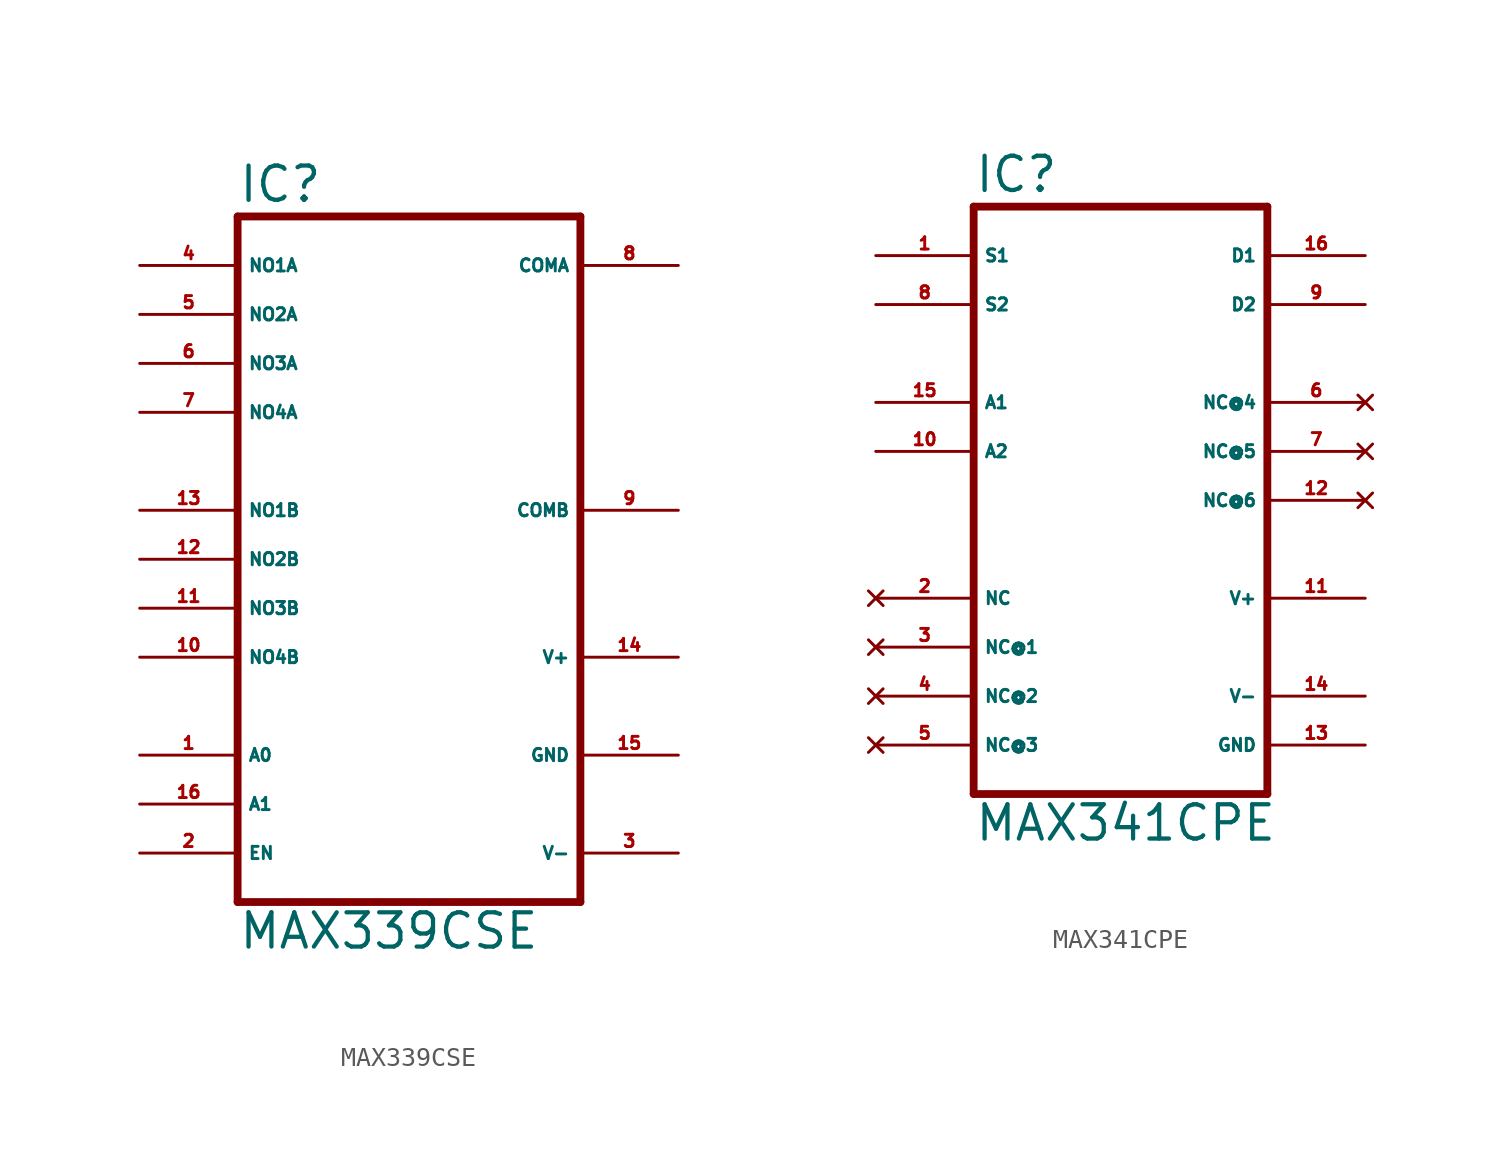
<source format=kicad_sym>
(kicad_symbol_lib
  (version 20220914)
  (generator Eagle2Kicad)
  (symbol "MAX339CSE"
    (property "Reference" "IC"
      (at -7.62 18.415 0)
      (effects (font (size 1.778 1.778) (thickness 0.22)) (justify left bottom)))
    (property "Value" "MAX339CSE"
      (at -7.62 -20.32 0)
      (effects (font (size 1.778 1.778) (thickness 0.22)) (justify left bottom)))
    (polyline
      (pts (xy -7.62 -17.78) (xy 10.16 -17.78))
      (stroke (width 0.406) (type default))
      (fill (type none)))
    (polyline
      (pts (xy 10.16 -17.78) (xy 10.16 17.78))
      (stroke (width 0.406) (type default))
      (fill (type none)))
    (polyline
      (pts (xy 10.16 17.78) (xy -7.62 17.78))
      (stroke (width 0.406) (type default))
      (fill (type none)))
    (polyline
      (pts (xy -7.62 17.78) (xy -7.62 -17.78))
      (stroke (width 0.406) (type default))
      (fill (type none)))
    (pin input line
      (at -12.7 -10.16 0)
      (length 5.08)
      (name "A0" (effects (font (size 0.635 0.635) (thickness 0.08)) (justify left bottom)))
      (number "1" (effects (font (size 0.635 0.635) (thickness 0.08)) (justify left bottom))))
    (pin input line
      (at -12.7 -12.7 0)
      (length 5.08)
      (name "A1" (effects (font (size 0.635 0.635) (thickness 0.08)) (justify left bottom)))
      (number "16" (effects (font (size 0.635 0.635) (thickness 0.08)) (justify left bottom))))
    (pin passive line
      (at 15.24 2.54 180)
      (length 5.08)
      (name "COMB" (effects (font (size 0.635 0.635) (thickness 0.08)) (justify left bottom)))
      (number "9" (effects (font (size 0.635 0.635) (thickness 0.08)) (justify left bottom))))
    (pin passive line
      (at -12.7 15.24 0)
      (length 5.08)
      (name "NO1A" (effects (font (size 0.635 0.635) (thickness 0.08)) (justify left bottom)))
      (number "4" (effects (font (size 0.635 0.635) (thickness 0.08)) (justify left bottom))))
    (pin passive line
      (at -12.7 12.7 0)
      (length 5.08)
      (name "NO2A" (effects (font (size 0.635 0.635) (thickness 0.08)) (justify left bottom)))
      (number "5" (effects (font (size 0.635 0.635) (thickness 0.08)) (justify left bottom))))
    (pin passive line
      (at -12.7 10.16 0)
      (length 5.08)
      (name "NO3A" (effects (font (size 0.635 0.635) (thickness 0.08)) (justify left bottom)))
      (number "6" (effects (font (size 0.635 0.635) (thickness 0.08)) (justify left bottom))))
    (pin passive line
      (at -12.7 7.62 0)
      (length 5.08)
      (name "NO4A" (effects (font (size 0.635 0.635) (thickness 0.08)) (justify left bottom)))
      (number "7" (effects (font (size 0.635 0.635) (thickness 0.08)) (justify left bottom))))
    (pin passive line
      (at -12.7 2.54 0)
      (length 5.08)
      (name "NO1B" (effects (font (size 0.635 0.635) (thickness 0.08)) (justify left bottom)))
      (number "13" (effects (font (size 0.635 0.635) (thickness 0.08)) (justify left bottom))))
    (pin passive line
      (at -12.7 0 0)
      (length 5.08)
      (name "NO2B" (effects (font (size 0.635 0.635) (thickness 0.08)) (justify left bottom)))
      (number "12" (effects (font (size 0.635 0.635) (thickness 0.08)) (justify left bottom))))
    (pin passive line
      (at -12.7 -2.54 0)
      (length 5.08)
      (name "NO3B" (effects (font (size 0.635 0.635) (thickness 0.08)) (justify left bottom)))
      (number "11" (effects (font (size 0.635 0.635) (thickness 0.08)) (justify left bottom))))
    (pin passive line
      (at -12.7 -5.08 0)
      (length 5.08)
      (name "NO4B" (effects (font (size 0.635 0.635) (thickness 0.08)) (justify left bottom)))
      (number "10" (effects (font (size 0.635 0.635) (thickness 0.08)) (justify left bottom))))
    (pin input line
      (at -12.7 -15.24 0)
      (length 5.08)
      (name "EN" (effects (font (size 0.635 0.635) (thickness 0.08)) (justify left bottom)))
      (number "2" (effects (font (size 0.635 0.635) (thickness 0.08)) (justify left bottom))))
    (pin passive line
      (at 15.24 15.24 180)
      (length 5.08)
      (name "COMA" (effects (font (size 0.635 0.635) (thickness 0.08)) (justify left bottom)))
      (number "8" (effects (font (size 0.635 0.635) (thickness 0.08)) (justify left bottom))))
    (pin unspecified line
      (at 15.24 -15.24 180)
      (length 5.08)
      (name "V-" (effects (font (size 0.635 0.635) (thickness 0.08)) (justify left bottom)))
      (number "3" (effects (font (size 0.635 0.635) (thickness 0.08)) (justify left bottom))))
    (pin unspecified line
      (at 15.24 -10.16 180)
      (length 5.08)
      (name "GND" (effects (font (size 0.635 0.635) (thickness 0.08)) (justify left bottom)))
      (number "15" (effects (font (size 0.635 0.635) (thickness 0.08)) (justify left bottom))))
    (pin unspecified line
      (at 15.24 -5.08 180)
      (length 5.08)
      (name "V+" (effects (font (size 0.635 0.635) (thickness 0.08)) (justify left bottom)))
      (number "14" (effects (font (size 0.635 0.635) (thickness 0.08)) (justify left bottom)))))
  (symbol "MAX341CPE"
    (property "Reference" "IC"
      (at -7.62 13.335 0)
      (effects (font (size 1.778 1.778) (thickness 0.22)) (justify left bottom)))
    (property "Value" "MAX341CPE"
      (at -7.62 -20.32 0)
      (effects (font (size 1.778 1.778) (thickness 0.22)) (justify left bottom)))
    (polyline
      (pts (xy -7.62 -17.78) (xy 7.62 -17.78))
      (stroke (width 0.406) (type default))
      (fill (type none)))
    (polyline
      (pts (xy 7.62 12.7) (xy 7.62 -17.78))
      (stroke (width 0.406) (type default))
      (fill (type none)))
    (polyline
      (pts (xy 7.62 12.7) (xy -7.62 12.7))
      (stroke (width 0.406) (type default))
      (fill (type none)))
    (polyline
      (pts (xy -7.62 -17.78) (xy -7.62 12.7))
      (stroke (width 0.406) (type default))
      (fill (type none)))
    (pin passive line
      (at -12.7 10.16 0)
      (length 5.08)
      (name "S1" (effects (font (size 0.635 0.635) (thickness 0.08)) (justify left bottom)))
      (number "1" (effects (font (size 0.635 0.635) (thickness 0.08)) (justify left bottom))))
    (pin passive line
      (at -12.7 7.62 0)
      (length 5.08)
      (name "S2" (effects (font (size 0.635 0.635) (thickness 0.08)) (justify left bottom)))
      (number "8" (effects (font (size 0.635 0.635) (thickness 0.08)) (justify left bottom))))
    (pin input line
      (at -12.7 2.54 0)
      (length 5.08)
      (name "A1" (effects (font (size 0.635 0.635) (thickness 0.08)) (justify left bottom)))
      (number "15" (effects (font (size 0.635 0.635) (thickness 0.08)) (justify left bottom))))
    (pin input line
      (at -12.7 0 0)
      (length 5.08)
      (name "A2" (effects (font (size 0.635 0.635) (thickness 0.08)) (justify left bottom)))
      (number "10" (effects (font (size 0.635 0.635) (thickness 0.08)) (justify left bottom))))
    (pin passive line
      (at 12.7 10.16 180)
      (length 5.08)
      (name "D1" (effects (font (size 0.635 0.635) (thickness 0.08)) (justify left bottom)))
      (number "16" (effects (font (size 0.635 0.635) (thickness 0.08)) (justify left bottom))))
    (pin passive line
      (at 12.7 7.62 180)
      (length 5.08)
      (name "D2" (effects (font (size 0.635 0.635) (thickness 0.08)) (justify left bottom)))
      (number "9" (effects (font (size 0.635 0.635) (thickness 0.08)) (justify left bottom))))
    (pin no_connect line
      (at -12.7 -7.62 0)
      (length 5.08)
      (name "NC" (effects (font (size 0.635 0.635) (thickness 0.08)) (justify left bottom) hide))
      (number "2" (effects (font (size 0.635 0.635) (thickness 0.08)) (justify left bottom) hide)))
    (pin no_connect line
      (at -12.7 -10.16 0)
      (length 5.08)
      (name "NC@1" (effects (font (size 0.635 0.635) (thickness 0.08)) (justify left bottom) hide))
      (number "3" (effects (font (size 0.635 0.635) (thickness 0.08)) (justify left bottom) hide)))
    (pin no_connect line
      (at -12.7 -12.7 0)
      (length 5.08)
      (name "NC@2" (effects (font (size 0.635 0.635) (thickness 0.08)) (justify left bottom) hide))
      (number "4" (effects (font (size 0.635 0.635) (thickness 0.08)) (justify left bottom) hide)))
    (pin no_connect line
      (at -12.7 -15.24 0)
      (length 5.08)
      (name "NC@3" (effects (font (size 0.635 0.635) (thickness 0.08)) (justify left bottom) hide))
      (number "5" (effects (font (size 0.635 0.635) (thickness 0.08)) (justify left bottom) hide)))
    (pin no_connect line
      (at 12.7 2.54 180)
      (length 5.08)
      (name "NC@4" (effects (font (size 0.635 0.635) (thickness 0.08)) (justify left bottom) hide))
      (number "6" (effects (font (size 0.635 0.635) (thickness 0.08)) (justify left bottom) hide)))
    (pin no_connect line
      (at 12.7 0 180)
      (length 5.08)
      (name "NC@5" (effects (font (size 0.635 0.635) (thickness 0.08)) (justify left bottom) hide))
      (number "7" (effects (font (size 0.635 0.635) (thickness 0.08)) (justify left bottom) hide)))
    (pin no_connect line
      (at 12.7 -2.54 180)
      (length 5.08)
      (name "NC@6" (effects (font (size 0.635 0.635) (thickness 0.08)) (justify left bottom) hide))
      (number "12" (effects (font (size 0.635 0.635) (thickness 0.08)) (justify left bottom) hide)))
    (pin unspecified line
      (at 12.7 -7.62 180)
      (length 5.08)
      (name "V+" (effects (font (size 0.635 0.635) (thickness 0.08)) (justify left bottom)))
      (number "11" (effects (font (size 0.635 0.635) (thickness 0.08)) (justify left bottom))))
    (pin unspecified line
      (at 12.7 -12.7 180)
      (length 5.08)
      (name "V-" (effects (font (size 0.635 0.635) (thickness 0.08)) (justify left bottom)))
      (number "14" (effects (font (size 0.635 0.635) (thickness 0.08)) (justify left bottom))))
    (pin unspecified line
      (at 12.7 -15.24 180)
      (length 5.08)
      (name "GND" (effects (font (size 0.635 0.635) (thickness 0.08)) (justify left bottom)))
      (number "13" (effects (font (size 0.635 0.635) (thickness 0.08)) (justify left bottom))))))
</source>
